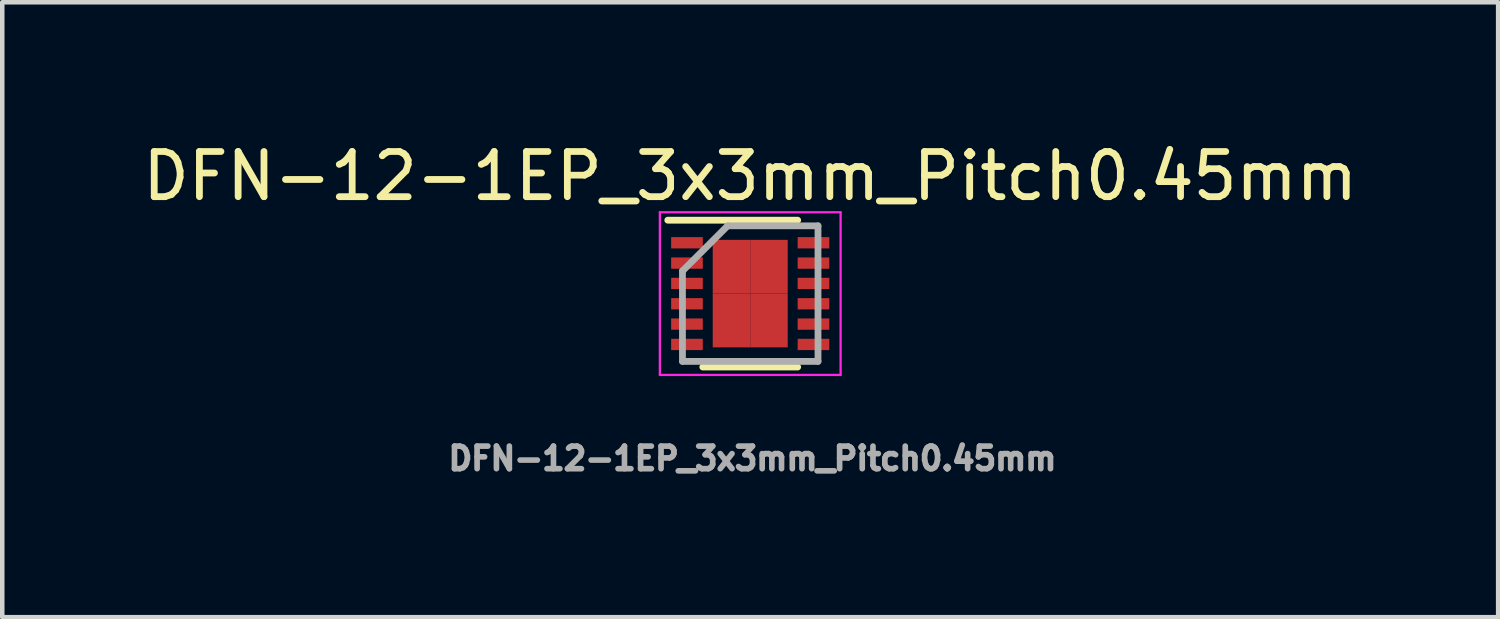
<source format=kicad_pcb>
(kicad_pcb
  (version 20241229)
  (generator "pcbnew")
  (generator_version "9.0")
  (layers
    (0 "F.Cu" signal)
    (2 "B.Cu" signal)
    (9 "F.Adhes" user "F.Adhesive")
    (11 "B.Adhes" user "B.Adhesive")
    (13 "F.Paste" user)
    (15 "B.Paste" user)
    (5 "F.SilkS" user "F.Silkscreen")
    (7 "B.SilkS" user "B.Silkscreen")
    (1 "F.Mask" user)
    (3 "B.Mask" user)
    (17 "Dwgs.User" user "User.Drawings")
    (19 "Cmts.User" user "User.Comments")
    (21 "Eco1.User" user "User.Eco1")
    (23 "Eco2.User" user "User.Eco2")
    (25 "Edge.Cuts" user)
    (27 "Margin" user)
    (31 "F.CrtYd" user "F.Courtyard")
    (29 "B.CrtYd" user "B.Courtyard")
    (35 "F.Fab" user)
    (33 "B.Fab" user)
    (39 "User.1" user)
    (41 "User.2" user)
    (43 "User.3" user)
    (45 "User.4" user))
  (footprint "DFN-12-1EP_3x3mm_Pitch0.45mm"
    (layer "F.Cu")
    (at 13.554 3.448)
    (property "Reference" "DFN-12-1EP_3x3mm_Pitch0.45mm" (at 0 -2.6 0) (layer "F.SilkS") (effects (font (size 1 1) (thickness 0.15))))
    (attr smd)
    (fp_line (start -1.825 -1.625) (end 1.05 -1.625) (stroke (width 0.15) (type solid)) (layer "F.SilkS"))
    (fp_line (start -1.05 1.625) (end 1.05 1.625) (stroke (width 0.15) (type solid)) (layer "F.SilkS"))
    (fp_line (start -2 -1.8) (end -2 1.8) (stroke (width 0.05) (type solid)) (layer "F.CrtYd"))
    (fp_line (start -2 -1.8) (end 2 -1.8) (stroke (width 0.05) (type solid)) (layer "F.CrtYd"))
    (fp_line (start -2 1.8) (end 2 1.8) (stroke (width 0.05) (type solid)) (layer "F.CrtYd"))
    (fp_line (start 2 -1.8) (end 2 1.8) (stroke (width 0.05) (type solid)) (layer "F.CrtYd"))
    (fp_line (start -1.5 -0.5) (end -0.5 -1.5) (stroke (width 0.15) (type solid)) (layer "F.Fab"))
    (fp_line (start -1.5 1.5) (end -1.5 -0.5) (stroke (width 0.15) (type solid)) (layer "F.Fab"))
    (fp_line (start -0.5 -1.5) (end 1.5 -1.5) (stroke (width 0.15) (type solid)) (layer "F.Fab"))
    (fp_line (start 1.5 -1.5) (end 1.5 1.5) (stroke (width 0.15) (type solid)) (layer "F.Fab"))
    (fp_line (start 1.5 1.5) (end -1.5 1.5) (stroke (width 0.15) (type solid)) (layer "F.Fab"))
    (fp_text user "${REFERENCE}" (at 0.05 3.65 0) (layer "F.Fab") (effects (font (size 0.5 0.5) (thickness 0.125))))
    (pad "1" smd rect (at -1.4 -1.125) (size 0.7 0.25) (layers "F.Cu" "F.Mask" "F.Paste"))
    (pad "2" smd rect (at -1.4 -0.675) (size 0.7 0.25) (layers "F.Cu" "F.Mask" "F.Paste"))
    (pad "3" smd rect (at -1.4 -0.225) (size 0.7 0.25) (layers "F.Cu" "F.Mask" "F.Paste"))
    (pad "4" smd rect (at -1.4 0.225) (size 0.7 0.25) (layers "F.Cu" "F.Mask" "F.Paste"))
    (pad "5" smd rect (at -1.4 0.675) (size 0.7 0.25) (layers "F.Cu" "F.Mask" "F.Paste"))
    (pad "6" smd rect (at -1.4 1.125) (size 0.7 0.25) (layers "F.Cu" "F.Mask" "F.Paste"))
    (pad "7" smd rect (at 1.4 1.125) (size 0.7 0.25) (layers "F.Cu" "F.Mask" "F.Paste"))
    (pad "8" smd rect (at 1.4 0.675) (size 0.7 0.25) (layers "F.Cu" "F.Mask" "F.Paste"))
    (pad "9" smd rect (at 1.4 0.225) (size 0.7 0.25) (layers "F.Cu" "F.Mask" "F.Paste"))
    (pad "10" smd rect (at 1.4 -0.225) (size 0.7 0.25) (layers "F.Cu" "F.Mask" "F.Paste"))
    (pad "11" smd rect (at 1.4 -0.675) (size 0.7 0.25) (layers "F.Cu" "F.Mask" "F.Paste"))
    (pad "12" smd rect (at 1.4 -1.125) (size 0.7 0.25) (layers "F.Cu" "F.Mask" "F.Paste"))
    (pad "13" smd rect (at -0.415 -0.595) (size 0.83 1.19) (layers "F.Cu" "F.Mask" "F.Paste"))
    (pad "13" smd rect (at -0.415 0.595) (size 0.83 1.19) (layers "F.Cu" "F.Mask" "F.Paste"))
    (pad "13" smd rect (at 0.415 -0.595) (size 0.83 1.19) (layers "F.Cu" "F.Mask" "F.Paste"))
    (pad "13" smd rect (at 0.415 0.595) (size 0.83 1.19) (layers "F.Cu" "F.Mask" "F.Paste")))
  (gr_rect
    (start -3 -3)
    (end 30.107 10.61)
    (stroke (width 0.1) (type default))
    (fill no)
    (layer "Edge.Cuts")))
</source>
